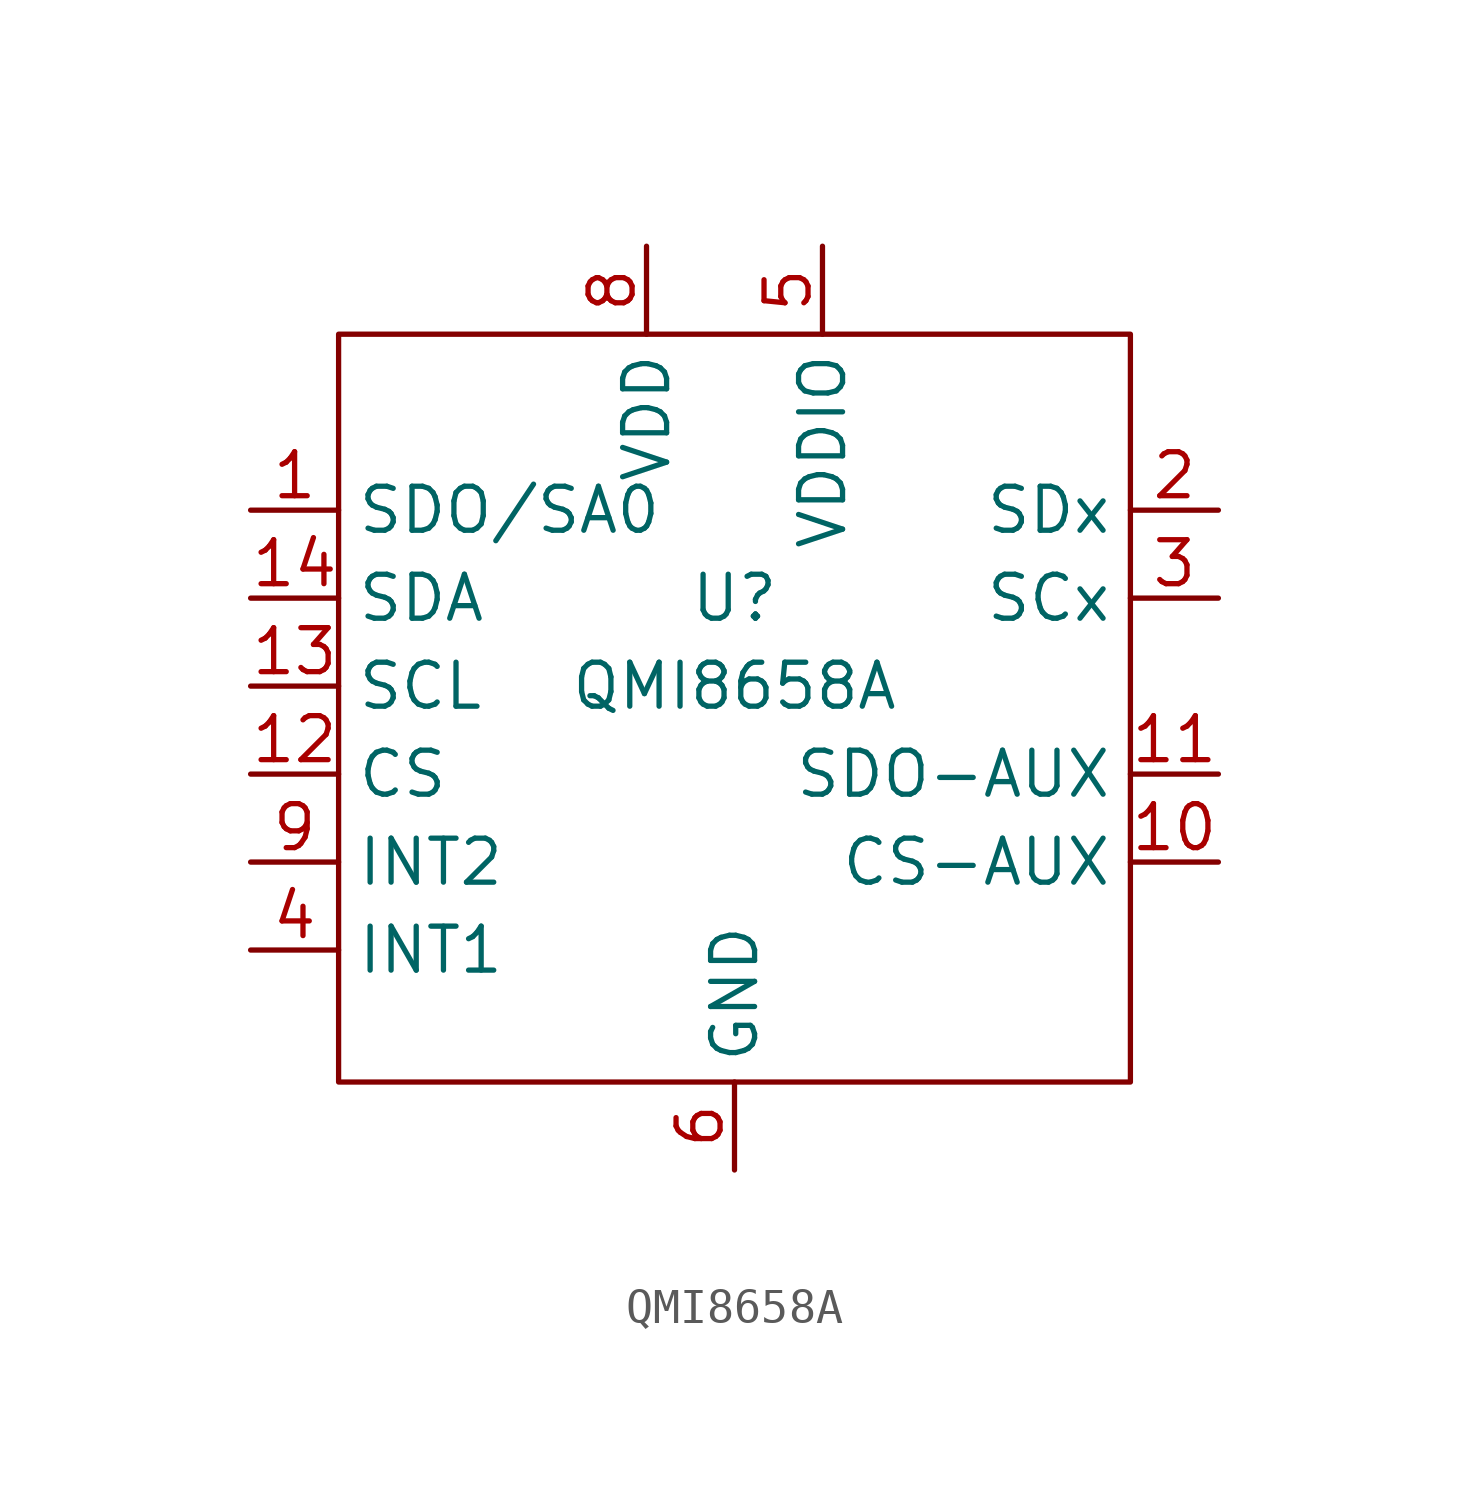
<source format=kicad_sym>
(kicad_symbol_lib
  (version 20220914)
  (generator kicad_symbol_editor)
  (symbol "QMI8658A"
    (property "Reference" "U"
      (at 0 2.54 0)
      (effects (font (size 1.27 1.27))))
    (property "Value" "QMI8658A"
      (at 0 0 0)
      (effects (font (size 1.27 1.27))))
    (symbol "QMI8658A_0_1"
      (rectangle (start -11.43 10.16) (end 11.43 -11.43) (stroke (width 0) (type default)) (fill (type none))))
    (symbol "QMI8658A_1_1"
      (pin output line (at -13.97 5.08 0) (length 2.54) (name "SDO/SA0" (effects (font (size 1.27 1.27)))) (number "1" (effects (font (size 1.27 1.27)))))
      (pin output line (at 13.97 -5.08 180) (length 2.54) (name "CS-AUX" (effects (font (size 1.27 1.27)))) (number "10" (effects (font (size 1.27 1.27)))))
      (pin output line (at 13.97 -2.54 180) (length 2.54) (name "SDO-AUX" (effects (font (size 1.27 1.27)))) (number "11" (effects (font (size 1.27 1.27)))))
      (pin input line (at -13.97 -2.54 0) (length 2.54) (name "CS" (effects (font (size 1.27 1.27)))) (number "12" (effects (font (size 1.27 1.27)))) (alternate "SA0" output line))
      (pin input line (at -13.97 0 0) (length 2.54) (name "SCL" (effects (font (size 1.27 1.27)))) (number "13" (effects (font (size 1.27 1.27)))) (alternate "SA0" output line))
      (pin input line (at -13.97 2.54 0) (length 2.54) (name "SDA" (effects (font (size 1.27 1.27)))) (number "14" (effects (font (size 1.27 1.27)))) (alternate "SA0" output line))
      (pin output line (at 13.97 5.08 180) (length 2.54) (name "SDx" (effects (font (size 1.27 1.27)))) (number "2" (effects (font (size 1.27 1.27)))))
      (pin output line (at 13.97 2.54 180) (length 2.54) (name "SCx" (effects (font (size 1.27 1.27)))) (number "3" (effects (font (size 1.27 1.27)))))
      (pin output line (at -13.97 -7.62 0) (length 2.54) (name "INT1" (effects (font (size 1.27 1.27)))) (number "4" (effects (font (size 1.27 1.27)))))
      (pin power_in line (at 2.54 12.7 270) (length 2.54) (name "VDDIO" (effects (font (size 1.27 1.27)))) (number "5" (effects (font (size 1.27 1.27)))))
      (pin power_in line (at 0 -13.97 90) (length 2.54) (name "GND" (effects (font (size 1.27 1.27)))) (number "6" (effects (font (size 1.27 1.27)))))
      (pin power_in line (at 0 -13.97 90) (length 2.54) hide (name "GND" (effects (font (size 1.27 1.27)))) (number "7" (effects (font (size 1.27 1.27)))))
      (pin power_in line (at -2.54 12.7 270) (length 2.54) (name "VDD" (effects (font (size 1.27 1.27)))) (number "8" (effects (font (size 1.27 1.27)))))
      (pin output line (at -13.97 -5.08 0) (length 2.54) (name "INT2" (effects (font (size 1.27 1.27)))) (number "9" (effects (font (size 1.27 1.27))))))))
</source>
